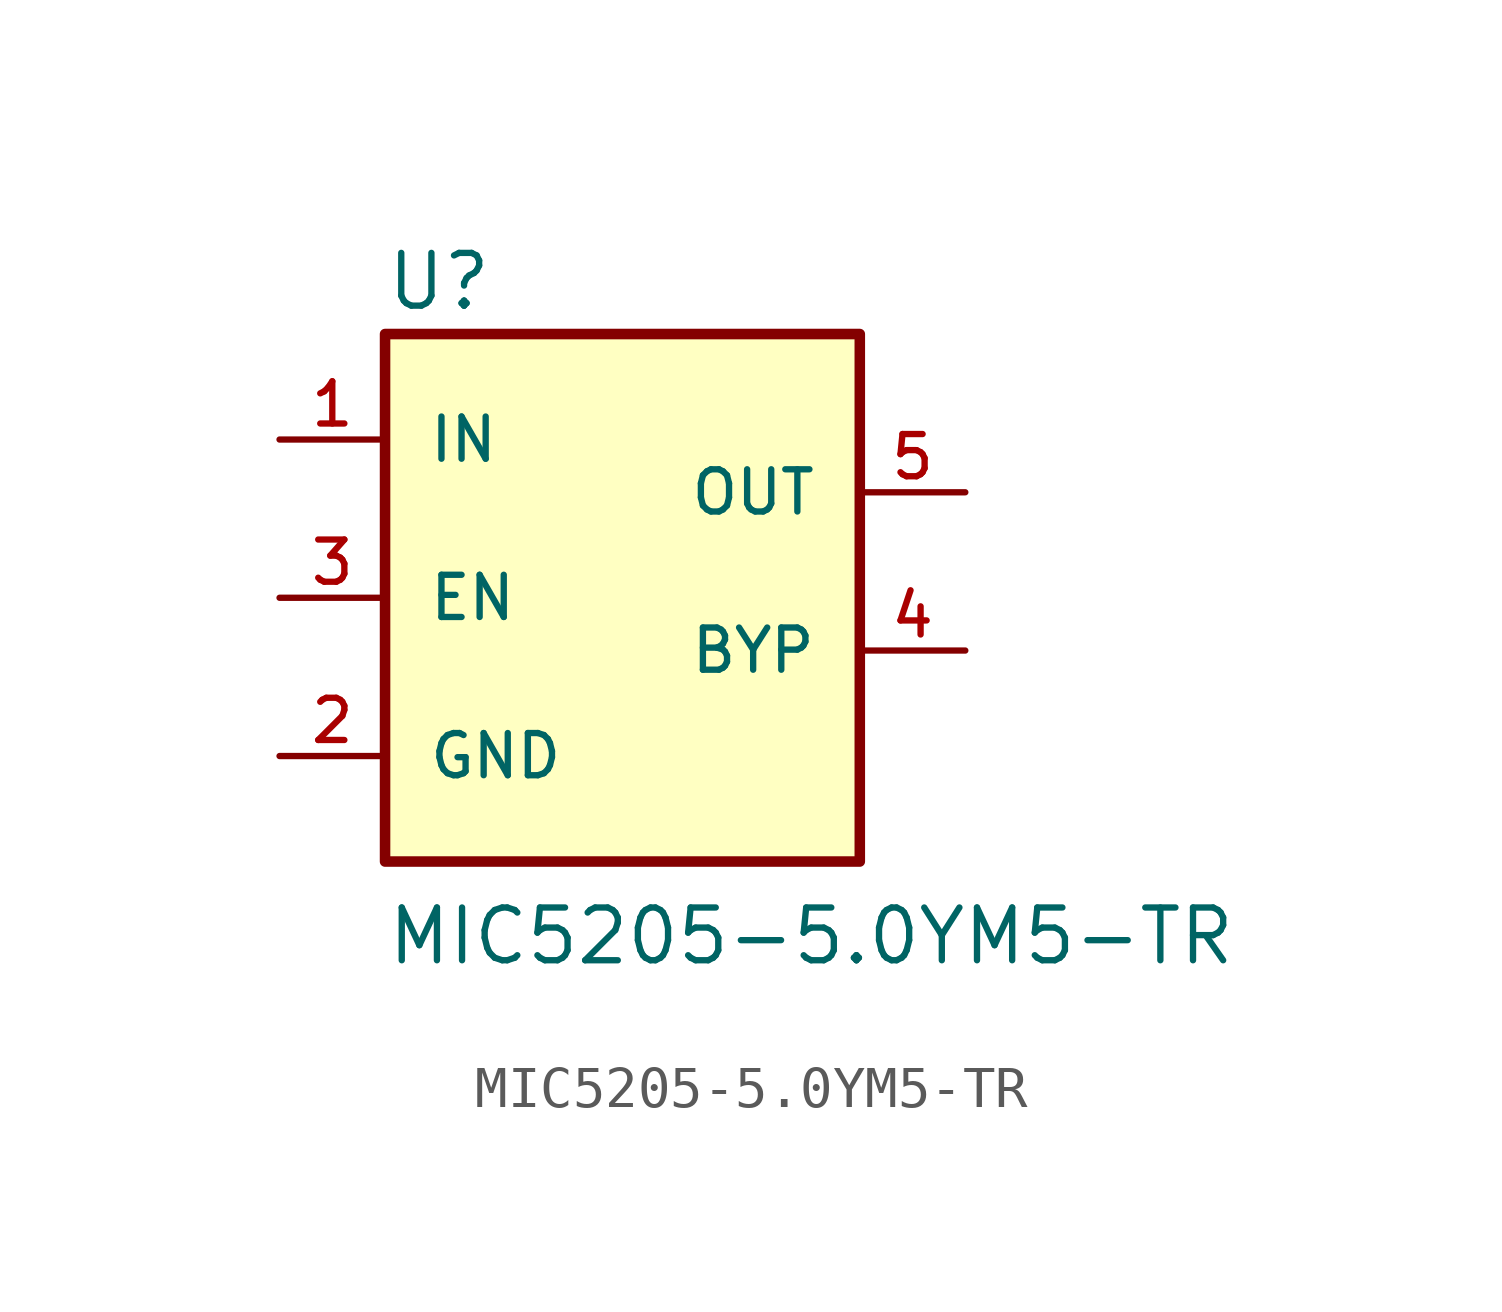
<source format=kicad_sym>
(kicad_symbol_lib
  (version 20220914)
  (generator kicad_symbol_editor)
  (symbol "MIC5205-5.0YM5-TR"
    (pin_names
      (offset 1.016))
    (property "Reference" "U"
      (at -7.632 8.14 0)
      (effects (font (size 1.27 1.27)) (justify left bottom)))
    (property "Value" "MIC5205-5.0YM5-TR"
      (at -7.62 -7.62 0)
      (effects (font (size 1.27 1.27)) (justify left bottom)))
    (symbol "MIC5205-5.0YM5-TR_0_0"
      (rectangle (start -7.62 7.62) (end 3.81 -5.08) (stroke (width 0.254) (type default)) (fill (type background)))
      (pin power_in line (at -10.16 5.08 0) (length 2.54) (name "IN" (effects (font (size 1.016 1.016)))) (number "1" (effects (font (size 1.016 1.016)))))
      (pin power_in line (at -10.16 -2.54 0) (length 2.54) (name "GND" (effects (font (size 1.016 1.016)))) (number "2" (effects (font (size 1.016 1.016)))))
      (pin input line (at -10.16 1.27 0) (length 2.54) (name "EN" (effects (font (size 1.016 1.016)))) (number "3" (effects (font (size 1.016 1.016)))))
      (pin passive line (at 6.35 0 180) (length 2.54) (name "BYP" (effects (font (size 1.016 1.016)))) (number "4" (effects (font (size 1.016 1.016)))))
      (pin output line (at 6.35 3.81 180) (length 2.54) (name "OUT" (effects (font (size 1.016 1.016)))) (number "5" (effects (font (size 1.016 1.016))))))))
</source>
